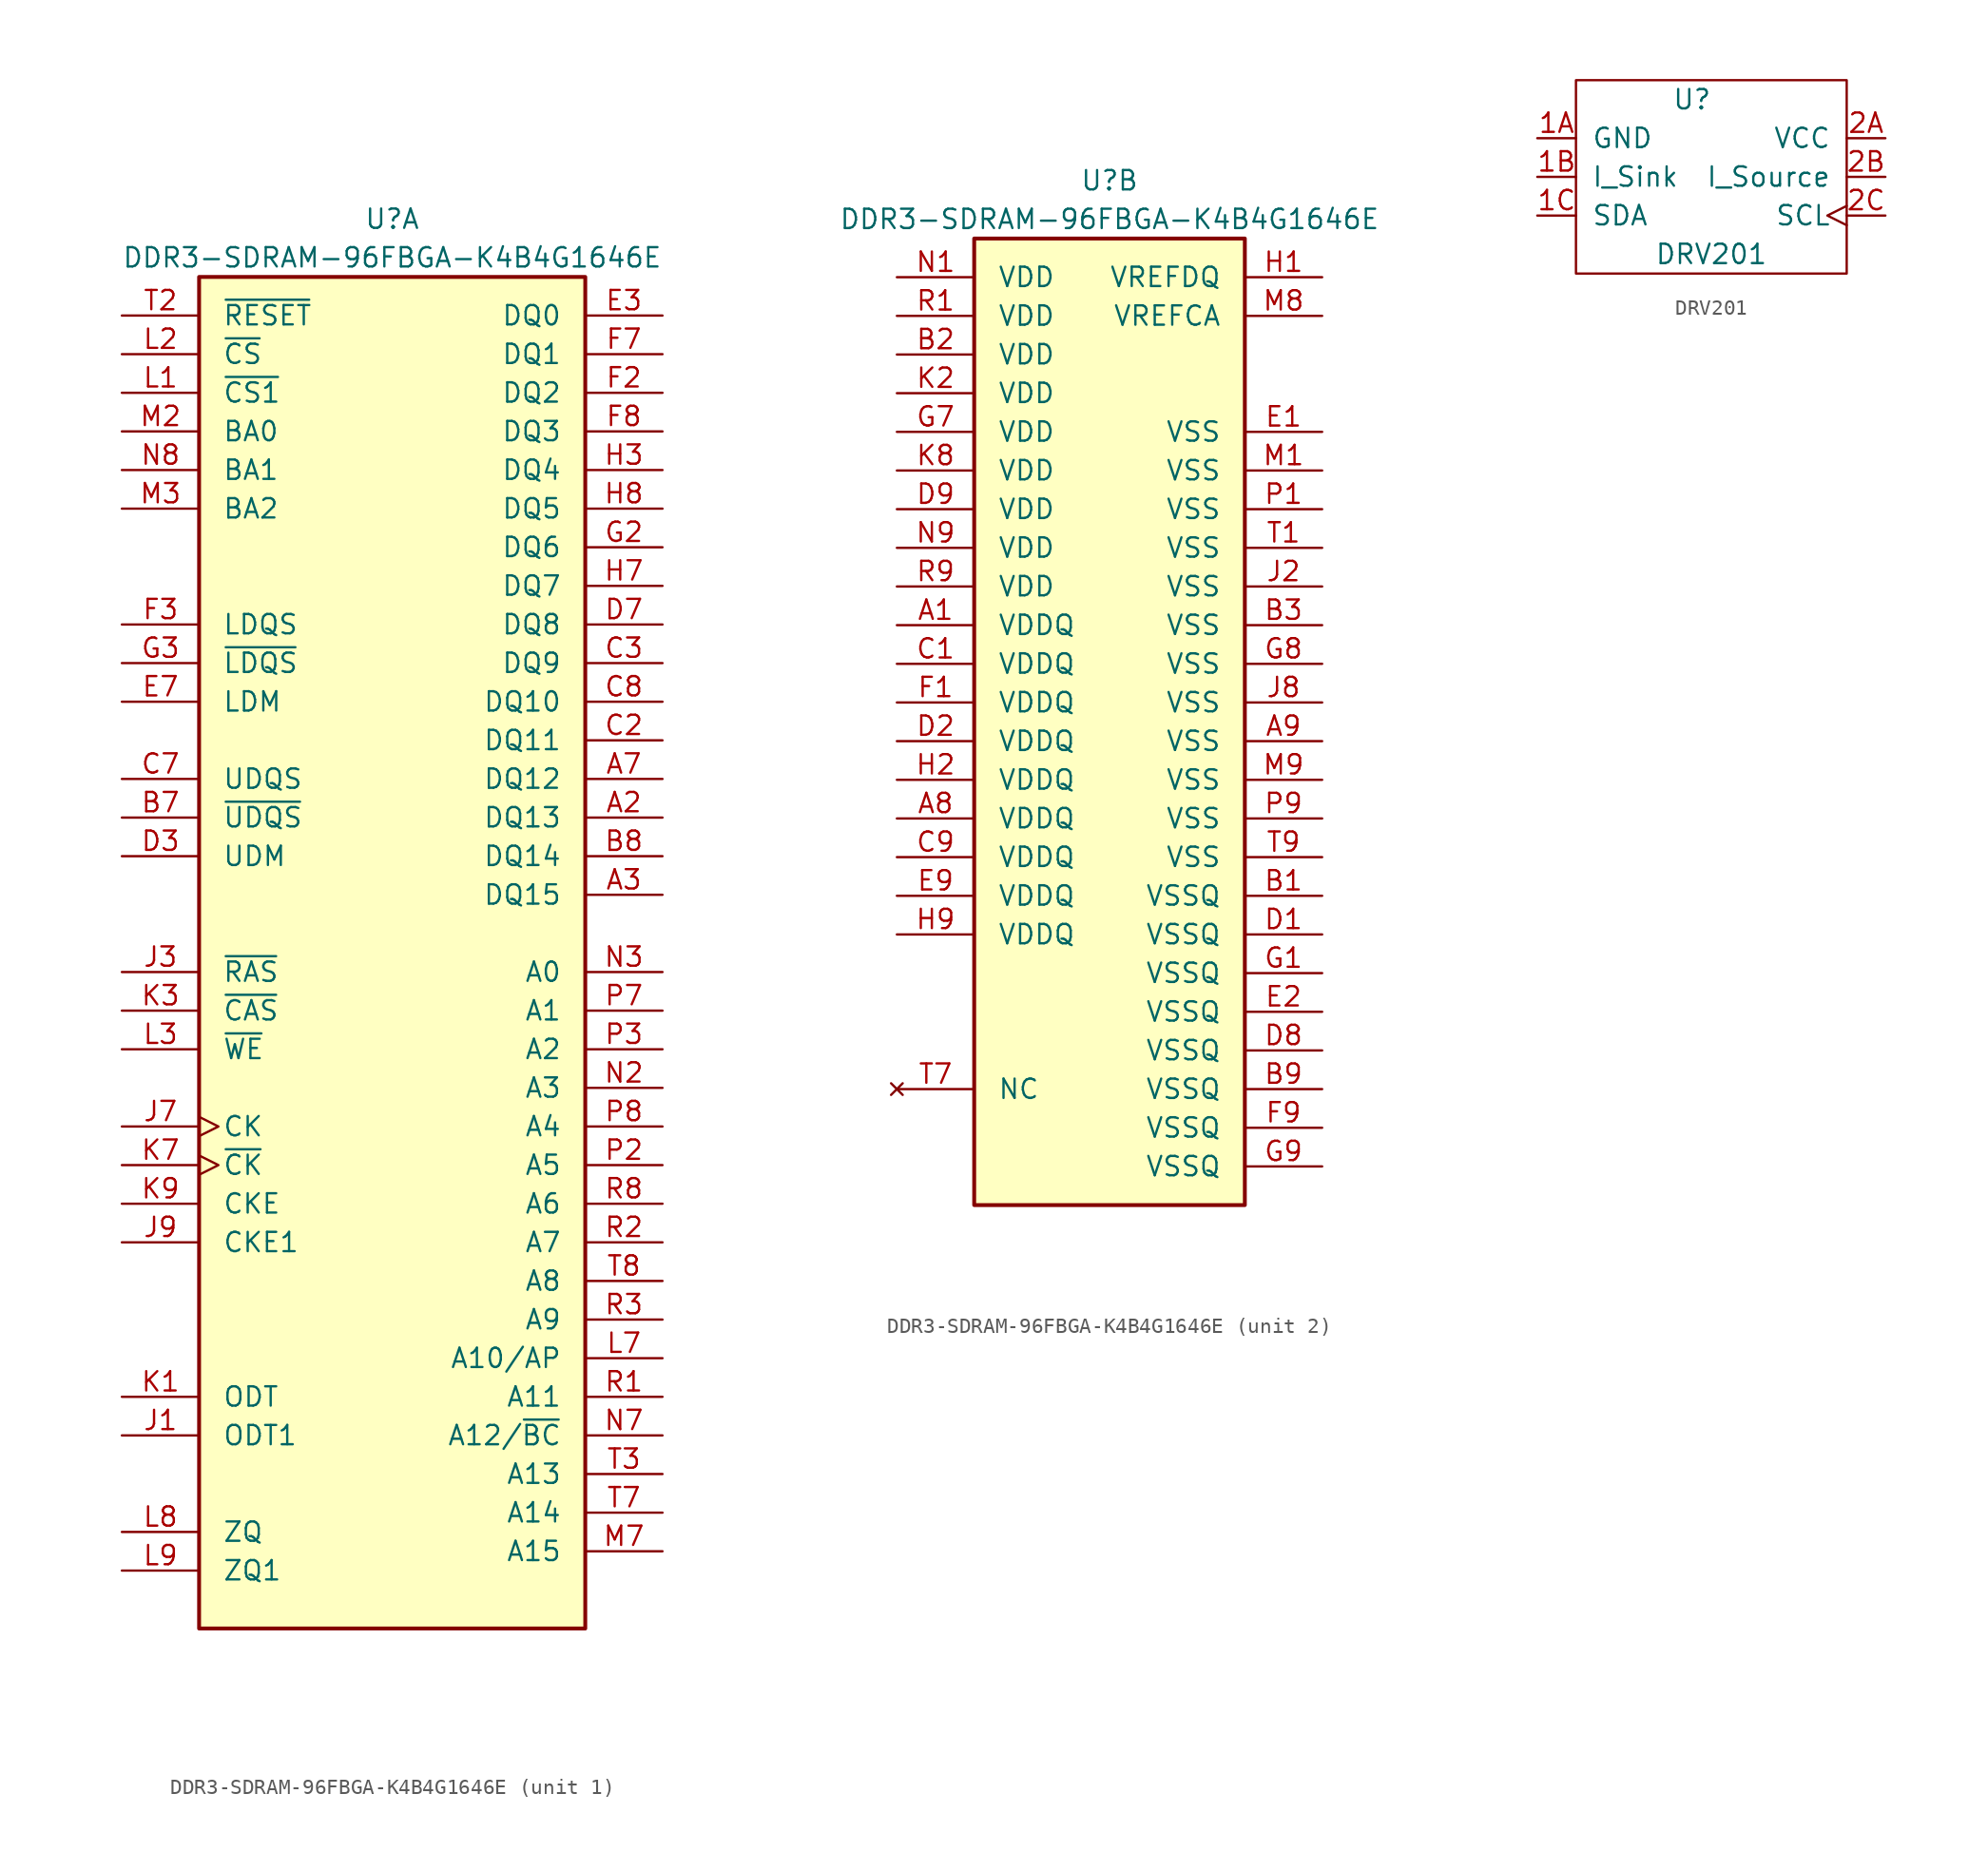
<source format=kicad_sym>
(kicad_symbol_lib
  (version 20220914)
  (generator kicad_symbol_editor)
  (symbol "DDR3-SDRAM-96FBGA-K4B4G1646E"
    (pin_names
      (offset 1.524))
    (property "Reference" "U"
      (at 0 44.45 0)
      (effects (font (size 1.27 1.27))))
    (property "Value" "DDR3-SDRAM-96FBGA-K4B4G1646E"
      (at 0 41.91 0)
      (effects (font (size 1.27 1.27))))
    (property "ki_locked" ""
      (at 0 0 0)
      (effects (font (size 1.27 1.27))))
    (symbol "DDR3-SDRAM-96FBGA-K4B4G1646E_1_1"
      (rectangle (start -12.7 40.64) (end 12.7 -48.26) (stroke (width 0.254) (type default)) (fill (type background)))
      (pin bidirectional line (at 17.78 5.08 180) (length 5.08) (name "DQ13" (effects (font (size 1.27 1.27)))) (number "A2" (effects (font (size 1.27 1.27)))))
      (pin bidirectional line (at 17.78 0 180) (length 5.08) (name "DQ15" (effects (font (size 1.27 1.27)))) (number "A3" (effects (font (size 1.27 1.27)))))
      (pin bidirectional line (at 17.78 7.62 180) (length 5.08) (name "DQ12" (effects (font (size 1.27 1.27)))) (number "A7" (effects (font (size 1.27 1.27)))))
      (pin input line (at -17.78 5.08 0) (length 5.08) (name "~{UDQS}" (effects (font (size 1.27 1.27)))) (number "B7" (effects (font (size 1.27 1.27)))))
      (pin bidirectional line (at 17.78 2.54 180) (length 5.08) (name "DQ14" (effects (font (size 1.27 1.27)))) (number "B8" (effects (font (size 1.27 1.27)))))
      (pin bidirectional line (at 17.78 10.16 180) (length 5.08) (name "DQ11" (effects (font (size 1.27 1.27)))) (number "C2" (effects (font (size 1.27 1.27)))))
      (pin bidirectional line (at 17.78 15.24 180) (length 5.08) (name "DQ9" (effects (font (size 1.27 1.27)))) (number "C3" (effects (font (size 1.27 1.27)))))
      (pin input line (at -17.78 7.62 0) (length 5.08) (name "UDQS" (effects (font (size 1.27 1.27)))) (number "C7" (effects (font (size 1.27 1.27)))))
      (pin bidirectional line (at 17.78 12.7 180) (length 5.08) (name "DQ10" (effects (font (size 1.27 1.27)))) (number "C8" (effects (font (size 1.27 1.27)))))
      (pin input line (at -17.78 2.54 0) (length 5.08) (name "UDM" (effects (font (size 1.27 1.27)))) (number "D3" (effects (font (size 1.27 1.27)))))
      (pin bidirectional line (at 17.78 17.78 180) (length 5.08) (name "DQ8" (effects (font (size 1.27 1.27)))) (number "D7" (effects (font (size 1.27 1.27)))))
      (pin bidirectional line (at 17.78 38.1 180) (length 5.08) (name "DQ0" (effects (font (size 1.27 1.27)))) (number "E3" (effects (font (size 1.27 1.27)))))
      (pin input line (at -17.78 12.7 0) (length 5.08) (name "LDM" (effects (font (size 1.27 1.27)))) (number "E7" (effects (font (size 1.27 1.27)))))
      (pin bidirectional line (at 17.78 33.02 180) (length 5.08) (name "DQ2" (effects (font (size 1.27 1.27)))) (number "F2" (effects (font (size 1.27 1.27)))))
      (pin input line (at -17.78 17.78 0) (length 5.08) (name "LDQS" (effects (font (size 1.27 1.27)))) (number "F3" (effects (font (size 1.27 1.27)))))
      (pin bidirectional line (at 17.78 35.56 180) (length 5.08) (name "DQ1" (effects (font (size 1.27 1.27)))) (number "F7" (effects (font (size 1.27 1.27)))))
      (pin bidirectional line (at 17.78 30.48 180) (length 5.08) (name "DQ3" (effects (font (size 1.27 1.27)))) (number "F8" (effects (font (size 1.27 1.27)))))
      (pin bidirectional line (at 17.78 22.86 180) (length 5.08) (name "DQ6" (effects (font (size 1.27 1.27)))) (number "G2" (effects (font (size 1.27 1.27)))))
      (pin input line (at -17.78 15.24 0) (length 5.08) (name "~{LDQS}" (effects (font (size 1.27 1.27)))) (number "G3" (effects (font (size 1.27 1.27)))))
      (pin bidirectional line (at 17.78 27.94 180) (length 5.08) (name "DQ4" (effects (font (size 1.27 1.27)))) (number "H3" (effects (font (size 1.27 1.27)))))
      (pin bidirectional line (at 17.78 20.32 180) (length 5.08) (name "DQ7" (effects (font (size 1.27 1.27)))) (number "H7" (effects (font (size 1.27 1.27)))))
      (pin bidirectional line (at 17.78 25.4 180) (length 5.08) (name "DQ5" (effects (font (size 1.27 1.27)))) (number "H8" (effects (font (size 1.27 1.27)))))
      (pin input line (at -17.78 -35.56 0) (length 5.08) (name "ODT1" (effects (font (size 1.27 1.27)))) (number "J1" (effects (font (size 1.27 1.27)))))
      (pin input line (at -17.78 -5.08 0) (length 5.08) (name "~{RAS}" (effects (font (size 1.27 1.27)))) (number "J3" (effects (font (size 1.27 1.27)))))
      (pin input clock (at -17.78 -15.24 0) (length 5.08) (name "CK" (effects (font (size 1.27 1.27)))) (number "J7" (effects (font (size 1.27 1.27)))))
      (pin input line (at -17.78 -22.86 0) (length 5.08) (name "CKE1" (effects (font (size 1.27 1.27)))) (number "J9" (effects (font (size 1.27 1.27)))))
      (pin input line (at -17.78 -33.02 0) (length 5.08) (name "ODT" (effects (font (size 1.27 1.27)))) (number "K1" (effects (font (size 1.27 1.27)))))
      (pin input line (at -17.78 -7.62 0) (length 5.08) (name "~{CAS}" (effects (font (size 1.27 1.27)))) (number "K3" (effects (font (size 1.27 1.27)))))
      (pin input clock (at -17.78 -17.78 0) (length 5.08) (name "~{CK}" (effects (font (size 1.27 1.27)))) (number "K7" (effects (font (size 1.27 1.27)))))
      (pin input line (at -17.78 -20.32 0) (length 5.08) (name "CKE" (effects (font (size 1.27 1.27)))) (number "K9" (effects (font (size 1.27 1.27)))))
      (pin input line (at -17.78 33.02 0) (length 5.08) (name "~{CS1}" (effects (font (size 1.27 1.27)))) (number "L1" (effects (font (size 1.27 1.27)))))
      (pin input line (at -17.78 35.56 0) (length 5.08) (name "~{CS}" (effects (font (size 1.27 1.27)))) (number "L2" (effects (font (size 1.27 1.27)))))
      (pin input line (at -17.78 -10.16 0) (length 5.08) (name "~{WE}" (effects (font (size 1.27 1.27)))) (number "L3" (effects (font (size 1.27 1.27)))))
      (pin input line (at 17.78 -30.48 180) (length 5.08) (name "A10/AP" (effects (font (size 1.27 1.27)))) (number "L7" (effects (font (size 1.27 1.27)))))
      (pin input line (at -17.78 -41.91 0) (length 5.08) (name "ZQ" (effects (font (size 1.27 1.27)))) (number "L8" (effects (font (size 1.27 1.27)))))
      (pin input line (at -17.78 -44.45 0) (length 5.08) (name "ZQ1" (effects (font (size 1.27 1.27)))) (number "L9" (effects (font (size 1.27 1.27)))))
      (pin input line (at -17.78 30.48 0) (length 5.08) (name "BA0" (effects (font (size 1.27 1.27)))) (number "M2" (effects (font (size 1.27 1.27)))))
      (pin input line (at -17.78 25.4 0) (length 5.08) (name "BA2" (effects (font (size 1.27 1.27)))) (number "M3" (effects (font (size 1.27 1.27)))))
      (pin input line (at 17.78 -43.18 180) (length 5.08) (name "A15" (effects (font (size 1.27 1.27)))) (number "M7" (effects (font (size 1.27 1.27)))))
      (pin input line (at 17.78 -12.7 180) (length 5.08) (name "A3" (effects (font (size 1.27 1.27)))) (number "N2" (effects (font (size 1.27 1.27)))))
      (pin input line (at 17.78 -5.08 180) (length 5.08) (name "A0" (effects (font (size 1.27 1.27)))) (number "N3" (effects (font (size 1.27 1.27)))))
      (pin input line (at 17.78 -35.56 180) (length 5.08) (name "A12/~{BC}" (effects (font (size 1.27 1.27)))) (number "N7" (effects (font (size 1.27 1.27)))))
      (pin input line (at -17.78 27.94 0) (length 5.08) (name "BA1" (effects (font (size 1.27 1.27)))) (number "N8" (effects (font (size 1.27 1.27)))))
      (pin input line (at 17.78 -17.78 180) (length 5.08) (name "A5" (effects (font (size 1.27 1.27)))) (number "P2" (effects (font (size 1.27 1.27)))))
      (pin input line (at 17.78 -10.16 180) (length 5.08) (name "A2" (effects (font (size 1.27 1.27)))) (number "P3" (effects (font (size 1.27 1.27)))))
      (pin input line (at 17.78 -7.62 180) (length 5.08) (name "A1" (effects (font (size 1.27 1.27)))) (number "P7" (effects (font (size 1.27 1.27)))))
      (pin input line (at 17.78 -15.24 180) (length 5.08) (name "A4" (effects (font (size 1.27 1.27)))) (number "P8" (effects (font (size 1.27 1.27)))))
      (pin input line (at 17.78 -33.02 180) (length 5.08) (name "A11" (effects (font (size 1.27 1.27)))) (number "R1" (effects (font (size 1.27 1.27)))))
      (pin input line (at 17.78 -22.86 180) (length 5.08) (name "A7" (effects (font (size 1.27 1.27)))) (number "R2" (effects (font (size 1.27 1.27)))))
      (pin input line (at 17.78 -27.94 180) (length 5.08) (name "A9" (effects (font (size 1.27 1.27)))) (number "R3" (effects (font (size 1.27 1.27)))))
      (pin input line (at 17.78 -20.32 180) (length 5.08) (name "A6" (effects (font (size 1.27 1.27)))) (number "R8" (effects (font (size 1.27 1.27)))))
      (pin input line (at -17.78 38.1 0) (length 5.08) (name "~{RESET}" (effects (font (size 1.27 1.27)))) (number "T2" (effects (font (size 1.27 1.27)))))
      (pin input line (at 17.78 -38.1 180) (length 5.08) (name "A13" (effects (font (size 1.27 1.27)))) (number "T3" (effects (font (size 1.27 1.27)))))
      (pin input line (at 17.78 -40.64 180) (length 5.08) (name "A14" (effects (font (size 1.27 1.27)))) (number "T7" (effects (font (size 1.27 1.27)))))
      (pin input line (at 17.78 -25.4 180) (length 5.08) (name "A8" (effects (font (size 1.27 1.27)))) (number "T8" (effects (font (size 1.27 1.27))))))
    (symbol "DDR3-SDRAM-96FBGA-K4B4G1646E_2_1"
      (rectangle (start -8.89 40.64) (end 8.89 -22.86) (stroke (width 0.254) (type default)) (fill (type background)))
      (pin power_in line (at -13.97 15.24 0) (length 5.08) (name "VDDQ" (effects (font (size 1.27 1.27)))) (number "A1" (effects (font (size 1.27 1.27)))))
      (pin power_in line (at -13.97 2.54 0) (length 5.08) (name "VDDQ" (effects (font (size 1.27 1.27)))) (number "A8" (effects (font (size 1.27 1.27)))))
      (pin power_in line (at 13.97 7.62 180) (length 5.08) (name "VSS" (effects (font (size 1.27 1.27)))) (number "A9" (effects (font (size 1.27 1.27)))))
      (pin power_in line (at 13.97 -2.54 180) (length 5.08) (name "VSSQ" (effects (font (size 1.27 1.27)))) (number "B1" (effects (font (size 1.27 1.27)))))
      (pin power_in line (at -13.97 33.02 0) (length 5.08) (name "VDD" (effects (font (size 1.27 1.27)))) (number "B2" (effects (font (size 1.27 1.27)))))
      (pin power_in line (at 13.97 15.24 180) (length 5.08) (name "VSS" (effects (font (size 1.27 1.27)))) (number "B3" (effects (font (size 1.27 1.27)))))
      (pin power_in line (at 13.97 -15.24 180) (length 5.08) (name "VSSQ" (effects (font (size 1.27 1.27)))) (number "B9" (effects (font (size 1.27 1.27)))))
      (pin power_in line (at -13.97 12.7 0) (length 5.08) (name "VDDQ" (effects (font (size 1.27 1.27)))) (number "C1" (effects (font (size 1.27 1.27)))))
      (pin power_in line (at -13.97 0 0) (length 5.08) (name "VDDQ" (effects (font (size 1.27 1.27)))) (number "C9" (effects (font (size 1.27 1.27)))))
      (pin power_in line (at 13.97 -5.08 180) (length 5.08) (name "VSSQ" (effects (font (size 1.27 1.27)))) (number "D1" (effects (font (size 1.27 1.27)))))
      (pin power_in line (at -13.97 7.62 0) (length 5.08) (name "VDDQ" (effects (font (size 1.27 1.27)))) (number "D2" (effects (font (size 1.27 1.27)))))
      (pin power_in line (at 13.97 -12.7 180) (length 5.08) (name "VSSQ" (effects (font (size 1.27 1.27)))) (number "D8" (effects (font (size 1.27 1.27)))))
      (pin power_in line (at -13.97 22.86 0) (length 5.08) (name "VDD" (effects (font (size 1.27 1.27)))) (number "D9" (effects (font (size 1.27 1.27)))))
      (pin power_in line (at 13.97 27.94 180) (length 5.08) (name "VSS" (effects (font (size 1.27 1.27)))) (number "E1" (effects (font (size 1.27 1.27)))))
      (pin power_in line (at 13.97 -10.16 180) (length 5.08) (name "VSSQ" (effects (font (size 1.27 1.27)))) (number "E2" (effects (font (size 1.27 1.27)))))
      (pin power_in line (at -13.97 -2.54 0) (length 5.08) (name "VDDQ" (effects (font (size 1.27 1.27)))) (number "E9" (effects (font (size 1.27 1.27)))))
      (pin power_in line (at -13.97 10.16 0) (length 5.08) (name "VDDQ" (effects (font (size 1.27 1.27)))) (number "F1" (effects (font (size 1.27 1.27)))))
      (pin power_in line (at 13.97 -17.78 180) (length 5.08) (name "VSSQ" (effects (font (size 1.27 1.27)))) (number "F9" (effects (font (size 1.27 1.27)))))
      (pin power_in line (at 13.97 -7.62 180) (length 5.08) (name "VSSQ" (effects (font (size 1.27 1.27)))) (number "G1" (effects (font (size 1.27 1.27)))))
      (pin power_in line (at -13.97 27.94 0) (length 5.08) (name "VDD" (effects (font (size 1.27 1.27)))) (number "G7" (effects (font (size 1.27 1.27)))))
      (pin power_in line (at 13.97 12.7 180) (length 5.08) (name "VSS" (effects (font (size 1.27 1.27)))) (number "G8" (effects (font (size 1.27 1.27)))))
      (pin power_in line (at 13.97 -20.32 180) (length 5.08) (name "VSSQ" (effects (font (size 1.27 1.27)))) (number "G9" (effects (font (size 1.27 1.27)))))
      (pin power_in line (at 13.97 38.1 180) (length 5.08) (name "VREFDQ" (effects (font (size 1.27 1.27)))) (number "H1" (effects (font (size 1.27 1.27)))))
      (pin power_in line (at -13.97 5.08 0) (length 5.08) (name "VDDQ" (effects (font (size 1.27 1.27)))) (number "H2" (effects (font (size 1.27 1.27)))))
      (pin power_in line (at -13.97 -5.08 0) (length 5.08) (name "VDDQ" (effects (font (size 1.27 1.27)))) (number "H9" (effects (font (size 1.27 1.27)))))
      (pin power_in line (at 13.97 17.78 180) (length 5.08) (name "VSS" (effects (font (size 1.27 1.27)))) (number "J2" (effects (font (size 1.27 1.27)))))
      (pin power_in line (at 13.97 10.16 180) (length 5.08) (name "VSS" (effects (font (size 1.27 1.27)))) (number "J8" (effects (font (size 1.27 1.27)))))
      (pin power_in line (at -13.97 30.48 0) (length 5.08) (name "VDD" (effects (font (size 1.27 1.27)))) (number "K2" (effects (font (size 1.27 1.27)))))
      (pin power_in line (at -13.97 25.4 0) (length 5.08) (name "VDD" (effects (font (size 1.27 1.27)))) (number "K8" (effects (font (size 1.27 1.27)))))
      (pin power_in line (at 13.97 25.4 180) (length 5.08) (name "VSS" (effects (font (size 1.27 1.27)))) (number "M1" (effects (font (size 1.27 1.27)))))
      (pin power_in line (at 13.97 35.56 180) (length 5.08) (name "VREFCA" (effects (font (size 1.27 1.27)))) (number "M8" (effects (font (size 1.27 1.27)))))
      (pin power_in line (at 13.97 5.08 180) (length 5.08) (name "VSS" (effects (font (size 1.27 1.27)))) (number "M9" (effects (font (size 1.27 1.27)))))
      (pin power_in line (at -13.97 38.1 0) (length 5.08) (name "VDD" (effects (font (size 1.27 1.27)))) (number "N1" (effects (font (size 1.27 1.27)))))
      (pin power_in line (at -13.97 20.32 0) (length 5.08) (name "VDD" (effects (font (size 1.27 1.27)))) (number "N9" (effects (font (size 1.27 1.27)))))
      (pin power_in line (at 13.97 22.86 180) (length 5.08) (name "VSS" (effects (font (size 1.27 1.27)))) (number "P1" (effects (font (size 1.27 1.27)))))
      (pin power_in line (at 13.97 2.54 180) (length 5.08) (name "VSS" (effects (font (size 1.27 1.27)))) (number "P9" (effects (font (size 1.27 1.27)))))
      (pin power_in line (at -13.97 35.56 0) (length 5.08) (name "VDD" (effects (font (size 1.27 1.27)))) (number "R1" (effects (font (size 1.27 1.27)))))
      (pin power_in line (at -13.97 17.78 0) (length 5.08) (name "VDD" (effects (font (size 1.27 1.27)))) (number "R9" (effects (font (size 1.27 1.27)))))
      (pin power_in line (at 13.97 20.32 180) (length 5.08) (name "VSS" (effects (font (size 1.27 1.27)))) (number "T1" (effects (font (size 1.27 1.27)))))
      (pin no_connect line (at -13.97 -15.24 0) (length 5.08) (name "NC" (effects (font (size 1.27 1.27)))) (number "T7" (effects (font (size 1.27 1.27)))))
      (pin power_in line (at 13.97 0 180) (length 5.08) (name "VSS" (effects (font (size 1.27 1.27)))) (number "T9" (effects (font (size 1.27 1.27)))))))
  (symbol "DRV201"
    (pin_names
      (offset 1.016))
    (property "Reference" "U"
      (at -1.27 5.08 0)
      (effects (font (size 1.27 1.27))))
    (property "Value" "DRV201"
      (at 0 -5.08 0)
      (effects (font (size 1.27 1.27))))
    (symbol "DRV201_0_1"
      (rectangle (start -8.89 6.35) (end 8.89 -6.35) (stroke (width 0) (type default)) (fill (type none))))
    (symbol "DRV201_1_1"
      (pin power_in line (at -11.43 2.54 0) (length 2.54) (name "GND" (effects (font (size 1.27 1.27)))) (number "1A" (effects (font (size 1.27 1.27)))))
      (pin input line (at -11.43 0 0) (length 2.54) (name "I_Sink" (effects (font (size 1.27 1.27)))) (number "1B" (effects (font (size 1.27 1.27)))))
      (pin input line (at -11.43 -2.54 0) (length 2.54) (name "SDA" (effects (font (size 1.27 1.27)))) (number "1C" (effects (font (size 1.27 1.27)))))
      (pin power_in line (at 11.43 2.54 180) (length 2.54) (name "VCC" (effects (font (size 1.27 1.27)))) (number "2A" (effects (font (size 1.27 1.27)))))
      (pin output line (at 11.43 0 180) (length 2.54) (name "I_Source" (effects (font (size 1.27 1.27)))) (number "2B" (effects (font (size 1.27 1.27)))))
      (pin input clock (at 11.43 -2.54 180) (length 2.54) (name "SCL" (effects (font (size 1.27 1.27)))) (number "2C" (effects (font (size 1.27 1.27))))))))
</source>
